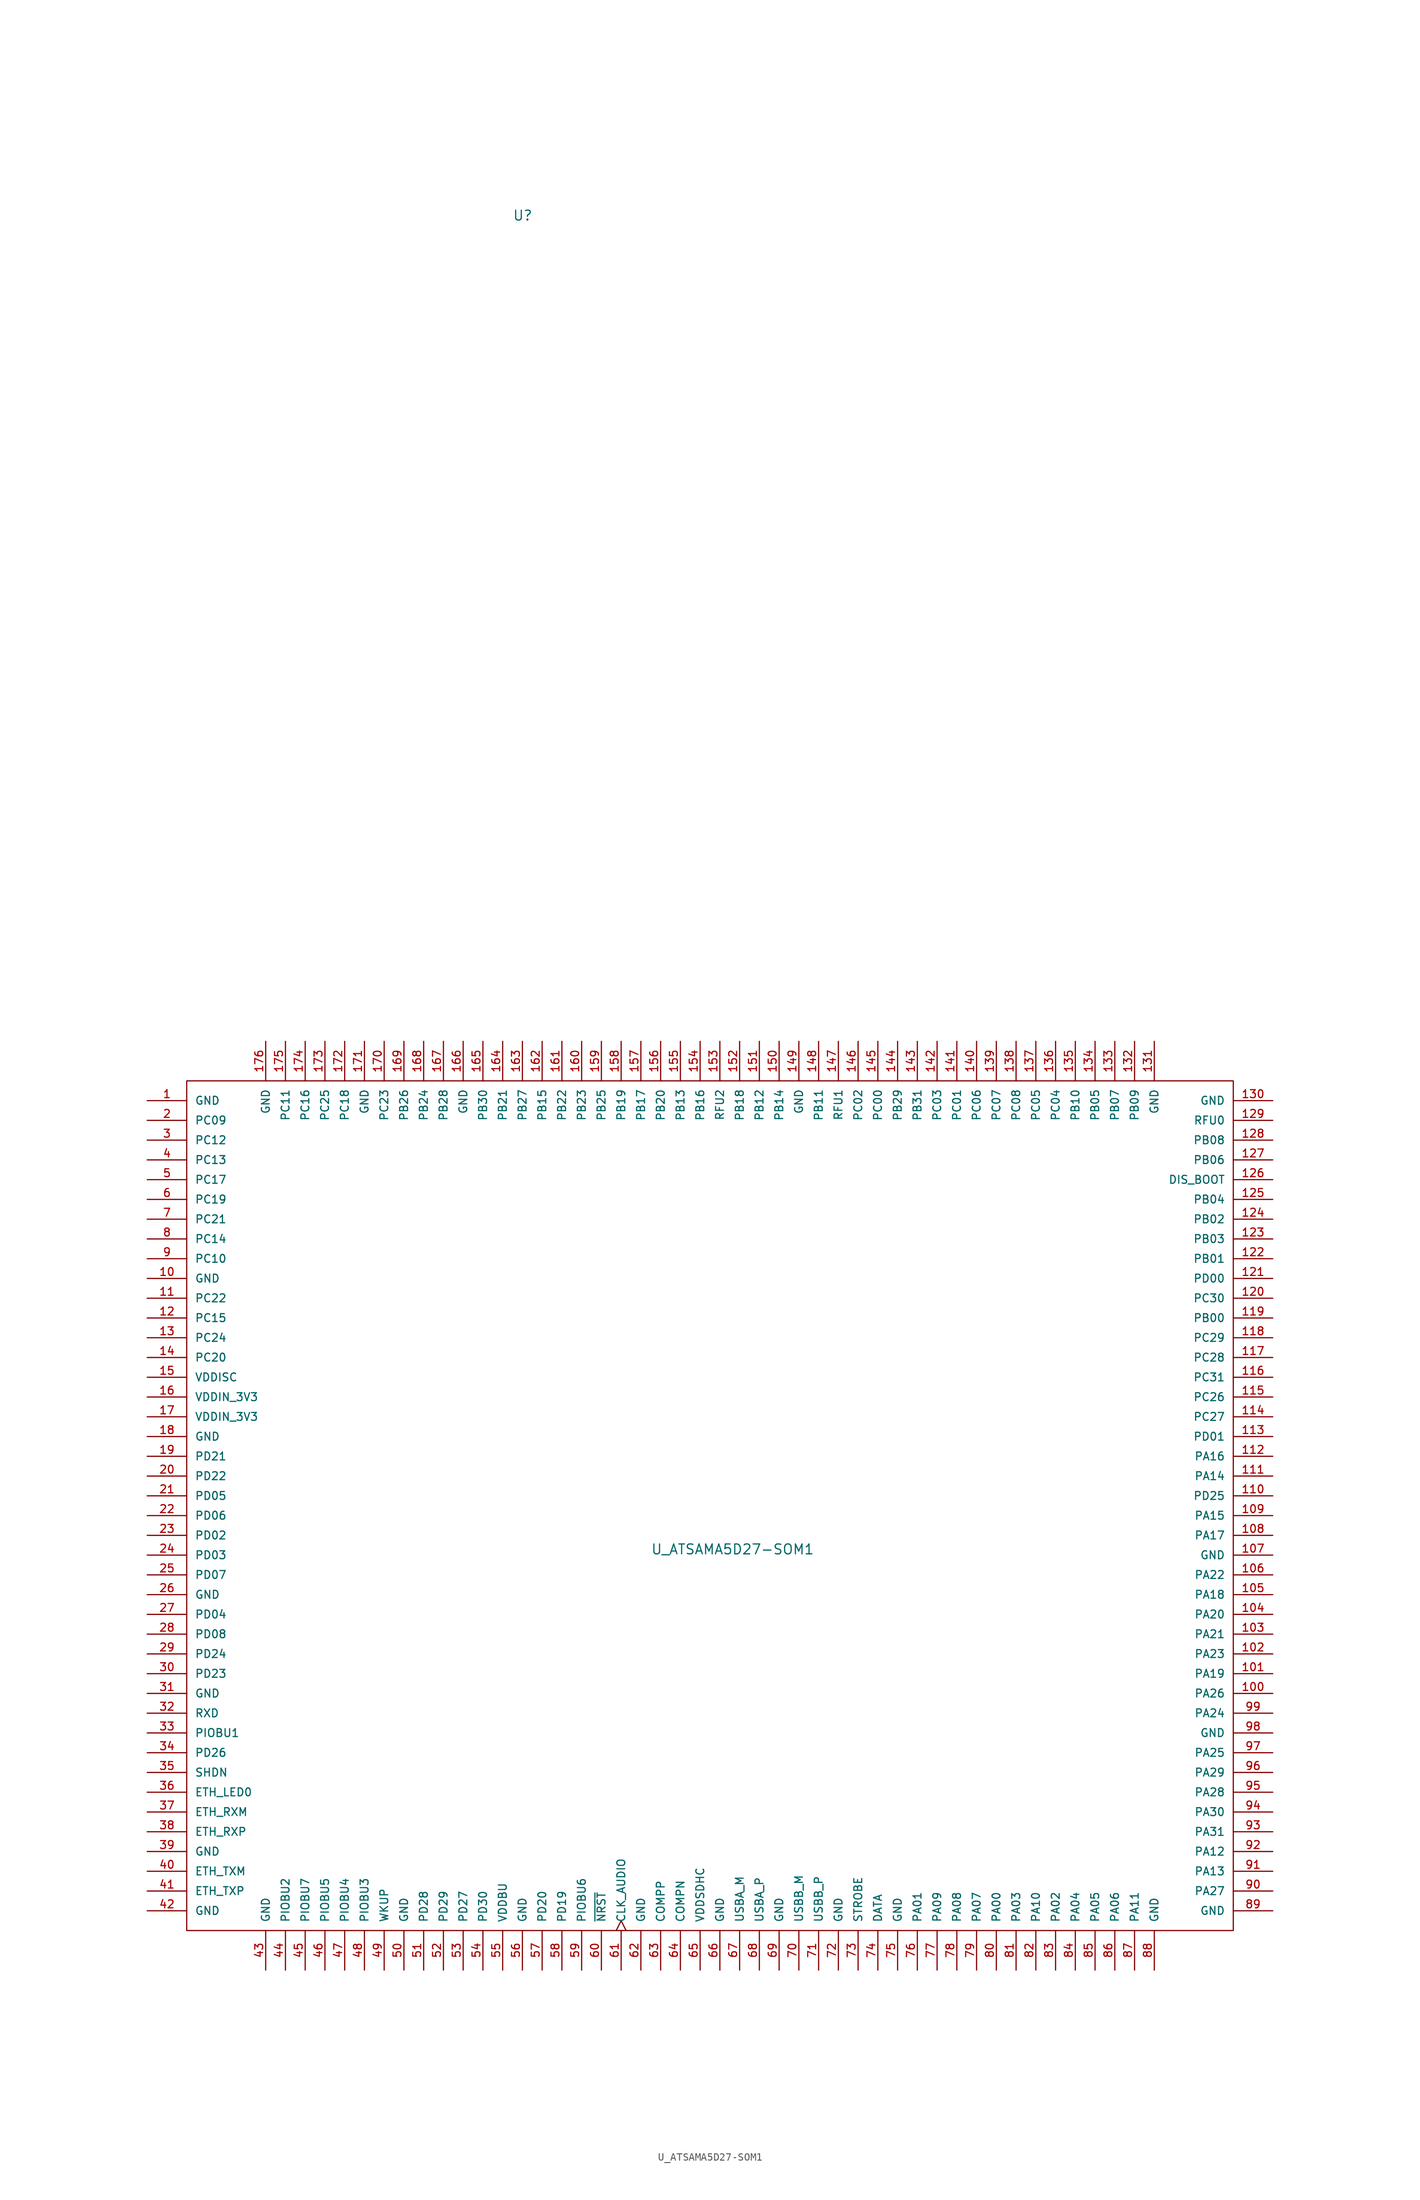
<source format=kicad_sym>
(kicad_symbol_lib
  (version 20220914)
  (generator kicad_symbol_editor)
  (symbol "U_ATSAMA5D27-SOM1"
    (pin_names
      (offset 1.016))
    (property "Reference" "U"
      (at 46.99 113.03 0)
      (effects (font (size 1.27 1.27)) (justify left bottom)))
    (property "Value" "U_ATSAMA5D27-SOM1"
      (at 64.77 -58.42 0)
      (effects (font (size 1.27 1.27)) (justify left bottom)))
    (symbol "U_ATSAMA5D27-SOM1_0_0"
      (pin power_in line (at 0 0 0) (length 5.08) (name "GND" (effects (font (size 1.016 1.016)))) (number "1" (effects (font (size 1.016 1.016)))))
      (pin power_in line (at 0 -22.86 0) (length 5.08) (name "GND" (effects (font (size 1.016 1.016)))) (number "10" (effects (font (size 1.016 1.016)))))
      (pin bidirectional line (at 144.78 -76.2 180) (length 5.08) (name "PA26" (effects (font (size 1.016 1.016)))) (number "100" (effects (font (size 1.016 1.016)))))
      (pin bidirectional line (at 144.78 -73.66 180) (length 5.08) (name "PA19" (effects (font (size 1.016 1.016)))) (number "101" (effects (font (size 1.016 1.016)))))
      (pin bidirectional line (at 144.78 -71.12 180) (length 5.08) (name "PA23" (effects (font (size 1.016 1.016)))) (number "102" (effects (font (size 1.016 1.016)))))
      (pin bidirectional line (at 144.78 -68.58 180) (length 5.08) (name "PA21" (effects (font (size 1.016 1.016)))) (number "103" (effects (font (size 1.016 1.016)))))
      (pin bidirectional line (at 144.78 -66.04 180) (length 5.08) (name "PA20" (effects (font (size 1.016 1.016)))) (number "104" (effects (font (size 1.016 1.016)))))
      (pin bidirectional line (at 144.78 -63.5 180) (length 5.08) (name "PA18" (effects (font (size 1.016 1.016)))) (number "105" (effects (font (size 1.016 1.016)))))
      (pin bidirectional line (at 144.78 -60.96 180) (length 5.08) (name "PA22" (effects (font (size 1.016 1.016)))) (number "106" (effects (font (size 1.016 1.016)))))
      (pin power_in line (at 144.78 -58.42 180) (length 5.08) (name "GND" (effects (font (size 1.016 1.016)))) (number "107" (effects (font (size 1.016 1.016)))))
      (pin bidirectional line (at 144.78 -55.88 180) (length 5.08) (name "PA17" (effects (font (size 1.016 1.016)))) (number "108" (effects (font (size 1.016 1.016)))))
      (pin bidirectional line (at 144.78 -53.34 180) (length 5.08) (name "PA15" (effects (font (size 1.016 1.016)))) (number "109" (effects (font (size 1.016 1.016)))))
      (pin bidirectional line (at 0 -25.4 0) (length 5.08) (name "PC22" (effects (font (size 1.016 1.016)))) (number "11" (effects (font (size 1.016 1.016)))))
      (pin bidirectional line (at 144.78 -50.8 180) (length 5.08) (name "PD25" (effects (font (size 1.016 1.016)))) (number "110" (effects (font (size 1.016 1.016)))))
      (pin bidirectional line (at 144.78 -48.26 180) (length 5.08) (name "PA14" (effects (font (size 1.016 1.016)))) (number "111" (effects (font (size 1.016 1.016)))))
      (pin bidirectional line (at 144.78 -45.72 180) (length 5.08) (name "PA16" (effects (font (size 1.016 1.016)))) (number "112" (effects (font (size 1.016 1.016)))))
      (pin bidirectional line (at 144.78 -43.18 180) (length 5.08) (name "PD01" (effects (font (size 1.016 1.016)))) (number "113" (effects (font (size 1.016 1.016)))))
      (pin bidirectional line (at 144.78 -40.64 180) (length 5.08) (name "PC27" (effects (font (size 1.016 1.016)))) (number "114" (effects (font (size 1.016 1.016)))))
      (pin bidirectional line (at 144.78 -38.1 180) (length 5.08) (name "PC26" (effects (font (size 1.016 1.016)))) (number "115" (effects (font (size 1.016 1.016)))))
      (pin bidirectional line (at 144.78 -35.56 180) (length 5.08) (name "PC31" (effects (font (size 1.016 1.016)))) (number "116" (effects (font (size 1.016 1.016)))))
      (pin bidirectional line (at 144.78 -33.02 180) (length 5.08) (name "PC28" (effects (font (size 1.016 1.016)))) (number "117" (effects (font (size 1.016 1.016)))))
      (pin bidirectional line (at 144.78 -30.48 180) (length 5.08) (name "PC29" (effects (font (size 1.016 1.016)))) (number "118" (effects (font (size 1.016 1.016)))))
      (pin bidirectional line (at 144.78 -27.94 180) (length 5.08) (name "PB00" (effects (font (size 1.016 1.016)))) (number "119" (effects (font (size 1.016 1.016)))))
      (pin bidirectional line (at 0 -27.94 0) (length 5.08) (name "PC15" (effects (font (size 1.016 1.016)))) (number "12" (effects (font (size 1.016 1.016)))))
      (pin bidirectional line (at 144.78 -25.4 180) (length 5.08) (name "PC30" (effects (font (size 1.016 1.016)))) (number "120" (effects (font (size 1.016 1.016)))))
      (pin bidirectional line (at 144.78 -22.86 180) (length 5.08) (name "PD00" (effects (font (size 1.016 1.016)))) (number "121" (effects (font (size 1.016 1.016)))))
      (pin bidirectional line (at 144.78 -20.32 180) (length 5.08) (name "PB01" (effects (font (size 1.016 1.016)))) (number "122" (effects (font (size 1.016 1.016)))))
      (pin bidirectional line (at 144.78 -17.78 180) (length 5.08) (name "PB03" (effects (font (size 1.016 1.016)))) (number "123" (effects (font (size 1.016 1.016)))))
      (pin bidirectional line (at 144.78 -15.24 180) (length 5.08) (name "PB02" (effects (font (size 1.016 1.016)))) (number "124" (effects (font (size 1.016 1.016)))))
      (pin bidirectional line (at 144.78 -12.7 180) (length 5.08) (name "PB04" (effects (font (size 1.016 1.016)))) (number "125" (effects (font (size 1.016 1.016)))))
      (pin input line (at 144.78 -10.16 180) (length 5.08) (name "DIS_BOOT" (effects (font (size 1.016 1.016)))) (number "126" (effects (font (size 1.016 1.016)))))
      (pin bidirectional line (at 144.78 -7.62 180) (length 5.08) (name "PB06" (effects (font (size 1.016 1.016)))) (number "127" (effects (font (size 1.016 1.016)))))
      (pin bidirectional line (at 144.78 -5.08 180) (length 5.08) (name "PB08" (effects (font (size 1.016 1.016)))) (number "128" (effects (font (size 1.016 1.016)))))
      (pin passive line (at 144.78 -2.54 180) (length 5.08) (name "RFU0" (effects (font (size 1.016 1.016)))) (number "129" (effects (font (size 1.016 1.016)))))
      (pin bidirectional line (at 0 -30.48 0) (length 5.08) (name "PC24" (effects (font (size 1.016 1.016)))) (number "13" (effects (font (size 1.016 1.016)))))
      (pin power_in line (at 144.78 0 180) (length 5.08) (name "GND" (effects (font (size 1.016 1.016)))) (number "130" (effects (font (size 1.016 1.016)))))
      (pin power_in line (at 129.54 7.62 270) (length 5.08) (name "GND" (effects (font (size 1.016 1.016)))) (number "131" (effects (font (size 1.016 1.016)))))
      (pin bidirectional line (at 127 7.62 270) (length 5.08) (name "PB09" (effects (font (size 1.016 1.016)))) (number "132" (effects (font (size 1.016 1.016)))))
      (pin bidirectional line (at 124.46 7.62 270) (length 5.08) (name "PB07" (effects (font (size 1.016 1.016)))) (number "133" (effects (font (size 1.016 1.016)))))
      (pin bidirectional line (at 121.92 7.62 270) (length 5.08) (name "PB05" (effects (font (size 1.016 1.016)))) (number "134" (effects (font (size 1.016 1.016)))))
      (pin bidirectional line (at 119.38 7.62 270) (length 5.08) (name "PB10" (effects (font (size 1.016 1.016)))) (number "135" (effects (font (size 1.016 1.016)))))
      (pin bidirectional line (at 116.84 7.62 270) (length 5.08) (name "PC04" (effects (font (size 1.016 1.016)))) (number "136" (effects (font (size 1.016 1.016)))))
      (pin bidirectional line (at 114.3 7.62 270) (length 5.08) (name "PC05" (effects (font (size 1.016 1.016)))) (number "137" (effects (font (size 1.016 1.016)))))
      (pin bidirectional line (at 111.76 7.62 270) (length 5.08) (name "PC08" (effects (font (size 1.016 1.016)))) (number "138" (effects (font (size 1.016 1.016)))))
      (pin bidirectional line (at 109.22 7.62 270) (length 5.08) (name "PC07" (effects (font (size 1.016 1.016)))) (number "139" (effects (font (size 1.016 1.016)))))
      (pin bidirectional line (at 0 -33.02 0) (length 5.08) (name "PC20" (effects (font (size 1.016 1.016)))) (number "14" (effects (font (size 1.016 1.016)))))
      (pin bidirectional line (at 106.68 7.62 270) (length 5.08) (name "PC06" (effects (font (size 1.016 1.016)))) (number "140" (effects (font (size 1.016 1.016)))))
      (pin bidirectional line (at 104.14 7.62 270) (length 5.08) (name "PC01" (effects (font (size 1.016 1.016)))) (number "141" (effects (font (size 1.016 1.016)))))
      (pin bidirectional line (at 101.6 7.62 270) (length 5.08) (name "PC03" (effects (font (size 1.016 1.016)))) (number "142" (effects (font (size 1.016 1.016)))))
      (pin bidirectional line (at 99.06 7.62 270) (length 5.08) (name "PB31" (effects (font (size 1.016 1.016)))) (number "143" (effects (font (size 1.016 1.016)))))
      (pin bidirectional line (at 96.52 7.62 270) (length 5.08) (name "PB29" (effects (font (size 1.016 1.016)))) (number "144" (effects (font (size 1.016 1.016)))))
      (pin bidirectional line (at 93.98 7.62 270) (length 5.08) (name "PC00" (effects (font (size 1.016 1.016)))) (number "145" (effects (font (size 1.016 1.016)))))
      (pin bidirectional line (at 91.44 7.62 270) (length 5.08) (name "PC02" (effects (font (size 1.016 1.016)))) (number "146" (effects (font (size 1.016 1.016)))))
      (pin passive line (at 88.9 7.62 270) (length 5.08) (name "RFU1" (effects (font (size 1.016 1.016)))) (number "147" (effects (font (size 1.016 1.016)))))
      (pin bidirectional line (at 86.36 7.62 270) (length 5.08) (name "PB11" (effects (font (size 1.016 1.016)))) (number "148" (effects (font (size 1.016 1.016)))))
      (pin power_in line (at 83.82 7.62 270) (length 5.08) (name "GND" (effects (font (size 1.016 1.016)))) (number "149" (effects (font (size 1.016 1.016)))))
      (pin power_in line (at 0 -35.56 0) (length 5.08) (name "VDDISC" (effects (font (size 1.016 1.016)))) (number "15" (effects (font (size 1.016 1.016)))))
      (pin bidirectional line (at 81.28 7.62 270) (length 5.08) (name "PB14" (effects (font (size 1.016 1.016)))) (number "150" (effects (font (size 1.016 1.016)))))
      (pin bidirectional line (at 78.74 7.62 270) (length 5.08) (name "PB12" (effects (font (size 1.016 1.016)))) (number "151" (effects (font (size 1.016 1.016)))))
      (pin bidirectional line (at 76.2 7.62 270) (length 5.08) (name "PB18" (effects (font (size 1.016 1.016)))) (number "152" (effects (font (size 1.016 1.016)))))
      (pin passive line (at 73.66 7.62 270) (length 5.08) (name "RFU2" (effects (font (size 1.016 1.016)))) (number "153" (effects (font (size 1.016 1.016)))))
      (pin bidirectional line (at 71.12 7.62 270) (length 5.08) (name "PB16" (effects (font (size 1.016 1.016)))) (number "154" (effects (font (size 1.016 1.016)))))
      (pin bidirectional line (at 68.58 7.62 270) (length 5.08) (name "PB13" (effects (font (size 1.016 1.016)))) (number "155" (effects (font (size 1.016 1.016)))))
      (pin bidirectional line (at 66.04 7.62 270) (length 5.08) (name "PB20" (effects (font (size 1.016 1.016)))) (number "156" (effects (font (size 1.016 1.016)))))
      (pin bidirectional line (at 63.5 7.62 270) (length 5.08) (name "PB17" (effects (font (size 1.016 1.016)))) (number "157" (effects (font (size 1.016 1.016)))))
      (pin bidirectional line (at 60.96 7.62 270) (length 5.08) (name "PB19" (effects (font (size 1.016 1.016)))) (number "158" (effects (font (size 1.016 1.016)))))
      (pin bidirectional line (at 58.42 7.62 270) (length 5.08) (name "PB25" (effects (font (size 1.016 1.016)))) (number "159" (effects (font (size 1.016 1.016)))))
      (pin power_in line (at 0 -38.1 0) (length 5.08) (name "VDDIN_3V3" (effects (font (size 1.016 1.016)))) (number "16" (effects (font (size 1.016 1.016)))))
      (pin bidirectional line (at 55.88 7.62 270) (length 5.08) (name "PB23" (effects (font (size 1.016 1.016)))) (number "160" (effects (font (size 1.016 1.016)))))
      (pin bidirectional line (at 53.34 7.62 270) (length 5.08) (name "PB22" (effects (font (size 1.016 1.016)))) (number "161" (effects (font (size 1.016 1.016)))))
      (pin bidirectional line (at 50.8 7.62 270) (length 5.08) (name "PB15" (effects (font (size 1.016 1.016)))) (number "162" (effects (font (size 1.016 1.016)))))
      (pin bidirectional line (at 48.26 7.62 270) (length 5.08) (name "PB27" (effects (font (size 1.016 1.016)))) (number "163" (effects (font (size 1.016 1.016)))))
      (pin bidirectional line (at 45.72 7.62 270) (length 5.08) (name "PB21" (effects (font (size 1.016 1.016)))) (number "164" (effects (font (size 1.016 1.016)))))
      (pin bidirectional line (at 43.18 7.62 270) (length 5.08) (name "PB30" (effects (font (size 1.016 1.016)))) (number "165" (effects (font (size 1.016 1.016)))))
      (pin power_in line (at 40.64 7.62 270) (length 5.08) (name "GND" (effects (font (size 1.016 1.016)))) (number "166" (effects (font (size 1.016 1.016)))))
      (pin bidirectional line (at 38.1 7.62 270) (length 5.08) (name "PB28" (effects (font (size 1.016 1.016)))) (number "167" (effects (font (size 1.016 1.016)))))
      (pin bidirectional line (at 35.56 7.62 270) (length 5.08) (name "PB24" (effects (font (size 1.016 1.016)))) (number "168" (effects (font (size 1.016 1.016)))))
      (pin bidirectional line (at 33.02 7.62 270) (length 5.08) (name "PB26" (effects (font (size 1.016 1.016)))) (number "169" (effects (font (size 1.016 1.016)))))
      (pin power_in line (at 0 -40.64 0) (length 5.08) (name "VDDIN_3V3" (effects (font (size 1.016 1.016)))) (number "17" (effects (font (size 1.016 1.016)))))
      (pin bidirectional line (at 30.48 7.62 270) (length 5.08) (name "PC23" (effects (font (size 1.016 1.016)))) (number "170" (effects (font (size 1.016 1.016)))))
      (pin power_in line (at 27.94 7.62 270) (length 5.08) (name "GND" (effects (font (size 1.016 1.016)))) (number "171" (effects (font (size 1.016 1.016)))))
      (pin bidirectional line (at 25.4 7.62 270) (length 5.08) (name "PC18" (effects (font (size 1.016 1.016)))) (number "172" (effects (font (size 1.016 1.016)))))
      (pin bidirectional line (at 22.86 7.62 270) (length 5.08) (name "PC25" (effects (font (size 1.016 1.016)))) (number "173" (effects (font (size 1.016 1.016)))))
      (pin bidirectional line (at 20.32 7.62 270) (length 5.08) (name "PC16" (effects (font (size 1.016 1.016)))) (number "174" (effects (font (size 1.016 1.016)))))
      (pin bidirectional line (at 17.78 7.62 270) (length 5.08) (name "PC11" (effects (font (size 1.016 1.016)))) (number "175" (effects (font (size 1.016 1.016)))))
      (pin power_in line (at 15.24 7.62 270) (length 5.08) (name "GND" (effects (font (size 1.016 1.016)))) (number "176" (effects (font (size 1.016 1.016)))))
      (pin power_in line (at 0 -43.18 0) (length 5.08) (name "GND" (effects (font (size 1.016 1.016)))) (number "18" (effects (font (size 1.016 1.016)))))
      (pin bidirectional line (at 0 -45.72 0) (length 5.08) (name "PD21" (effects (font (size 1.016 1.016)))) (number "19" (effects (font (size 1.016 1.016)))))
      (pin bidirectional line (at 0 -2.54 0) (length 5.08) (name "PC09" (effects (font (size 1.016 1.016)))) (number "2" (effects (font (size 1.016 1.016)))))
      (pin bidirectional line (at 0 -48.26 0) (length 5.08) (name "PD22" (effects (font (size 1.016 1.016)))) (number "20" (effects (font (size 1.016 1.016)))))
      (pin bidirectional line (at 0 -50.8 0) (length 5.08) (name "PD05" (effects (font (size 1.016 1.016)))) (number "21" (effects (font (size 1.016 1.016)))))
      (pin bidirectional line (at 0 -53.34 0) (length 5.08) (name "PD06" (effects (font (size 1.016 1.016)))) (number "22" (effects (font (size 1.016 1.016)))))
      (pin bidirectional line (at 0 -55.88 0) (length 5.08) (name "PD02" (effects (font (size 1.016 1.016)))) (number "23" (effects (font (size 1.016 1.016)))))
      (pin bidirectional line (at 0 -58.42 0) (length 5.08) (name "PD03" (effects (font (size 1.016 1.016)))) (number "24" (effects (font (size 1.016 1.016)))))
      (pin bidirectional line (at 0 -60.96 0) (length 5.08) (name "PD07" (effects (font (size 1.016 1.016)))) (number "25" (effects (font (size 1.016 1.016)))))
      (pin power_in line (at 0 -63.5 0) (length 5.08) (name "GND" (effects (font (size 1.016 1.016)))) (number "26" (effects (font (size 1.016 1.016)))))
      (pin bidirectional line (at 0 -66.04 0) (length 5.08) (name "PD04" (effects (font (size 1.016 1.016)))) (number "27" (effects (font (size 1.016 1.016)))))
      (pin bidirectional line (at 0 -68.58 0) (length 5.08) (name "PD08" (effects (font (size 1.016 1.016)))) (number "28" (effects (font (size 1.016 1.016)))))
      (pin bidirectional line (at 0 -71.12 0) (length 5.08) (name "PD24" (effects (font (size 1.016 1.016)))) (number "29" (effects (font (size 1.016 1.016)))))
      (pin bidirectional line (at 0 -5.08 0) (length 5.08) (name "PC12" (effects (font (size 1.016 1.016)))) (number "3" (effects (font (size 1.016 1.016)))))
      (pin bidirectional line (at 0 -73.66 0) (length 5.08) (name "PD23" (effects (font (size 1.016 1.016)))) (number "30" (effects (font (size 1.016 1.016)))))
      (pin power_in line (at 0 -76.2 0) (length 5.08) (name "GND" (effects (font (size 1.016 1.016)))) (number "31" (effects (font (size 1.016 1.016)))))
      (pin input line (at 0 -78.74 0) (length 5.08) (name "RXD" (effects (font (size 1.016 1.016)))) (number "32" (effects (font (size 1.016 1.016)))))
      (pin input line (at 0 -81.28 0) (length 5.08) (name "PIOBU1" (effects (font (size 1.016 1.016)))) (number "33" (effects (font (size 1.016 1.016)))))
      (pin bidirectional line (at 0 -83.82 0) (length 5.08) (name "PD26" (effects (font (size 1.016 1.016)))) (number "34" (effects (font (size 1.016 1.016)))))
      (pin output line (at 0 -86.36 0) (length 5.08) (name "SHDN" (effects (font (size 1.016 1.016)))) (number "35" (effects (font (size 1.016 1.016)))))
      (pin output line (at 0 -88.9 0) (length 5.08) (name "ETH_LED0" (effects (font (size 1.016 1.016)))) (number "36" (effects (font (size 1.016 1.016)))))
      (pin bidirectional line (at 0 -91.44 0) (length 5.08) (name "ETH_RXM" (effects (font (size 1.016 1.016)))) (number "37" (effects (font (size 1.016 1.016)))))
      (pin bidirectional line (at 0 -93.98 0) (length 5.08) (name "ETH_RXP" (effects (font (size 1.016 1.016)))) (number "38" (effects (font (size 1.016 1.016)))))
      (pin power_in line (at 0 -96.52 0) (length 5.08) (name "GND" (effects (font (size 1.016 1.016)))) (number "39" (effects (font (size 1.016 1.016)))))
      (pin bidirectional line (at 0 -7.62 0) (length 5.08) (name "PC13" (effects (font (size 1.016 1.016)))) (number "4" (effects (font (size 1.016 1.016)))))
      (pin bidirectional line (at 0 -99.06 0) (length 5.08) (name "ETH_TXM" (effects (font (size 1.016 1.016)))) (number "40" (effects (font (size 1.016 1.016)))))
      (pin bidirectional line (at 0 -101.6 0) (length 5.08) (name "ETH_TXP" (effects (font (size 1.016 1.016)))) (number "41" (effects (font (size 1.016 1.016)))))
      (pin power_in line (at 0 -104.14 0) (length 5.08) (name "GND" (effects (font (size 1.016 1.016)))) (number "42" (effects (font (size 1.016 1.016)))))
      (pin power_in line (at 15.24 -111.76 90) (length 5.08) (name "GND" (effects (font (size 1.016 1.016)))) (number "43" (effects (font (size 1.016 1.016)))))
      (pin input line (at 17.78 -111.76 90) (length 5.08) (name "PIOBU2" (effects (font (size 1.016 1.016)))) (number "44" (effects (font (size 1.016 1.016)))))
      (pin input line (at 20.32 -111.76 90) (length 5.08) (name "PIOBU7" (effects (font (size 1.016 1.016)))) (number "45" (effects (font (size 1.016 1.016)))))
      (pin input line (at 22.86 -111.76 90) (length 5.08) (name "PIOBU5" (effects (font (size 1.016 1.016)))) (number "46" (effects (font (size 1.016 1.016)))))
      (pin input line (at 25.4 -111.76 90) (length 5.08) (name "PIOBU4" (effects (font (size 1.016 1.016)))) (number "47" (effects (font (size 1.016 1.016)))))
      (pin input line (at 27.94 -111.76 90) (length 5.08) (name "PIOBU3" (effects (font (size 1.016 1.016)))) (number "48" (effects (font (size 1.016 1.016)))))
      (pin input line (at 30.48 -111.76 90) (length 5.08) (name "WKUP" (effects (font (size 1.016 1.016)))) (number "49" (effects (font (size 1.016 1.016)))))
      (pin bidirectional line (at 0 -10.16 0) (length 5.08) (name "PC17" (effects (font (size 1.016 1.016)))) (number "5" (effects (font (size 1.016 1.016)))))
      (pin power_in line (at 33.02 -111.76 90) (length 5.08) (name "GND" (effects (font (size 1.016 1.016)))) (number "50" (effects (font (size 1.016 1.016)))))
      (pin bidirectional line (at 35.56 -111.76 90) (length 5.08) (name "PD28" (effects (font (size 1.016 1.016)))) (number "51" (effects (font (size 1.016 1.016)))))
      (pin bidirectional line (at 38.1 -111.76 90) (length 5.08) (name "PD29" (effects (font (size 1.016 1.016)))) (number "52" (effects (font (size 1.016 1.016)))))
      (pin bidirectional line (at 40.64 -111.76 90) (length 5.08) (name "PD27" (effects (font (size 1.016 1.016)))) (number "53" (effects (font (size 1.016 1.016)))))
      (pin bidirectional line (at 43.18 -111.76 90) (length 5.08) (name "PD30" (effects (font (size 1.016 1.016)))) (number "54" (effects (font (size 1.016 1.016)))))
      (pin power_in line (at 45.72 -111.76 90) (length 5.08) (name "VDDBU" (effects (font (size 1.016 1.016)))) (number "55" (effects (font (size 1.016 1.016)))))
      (pin power_in line (at 48.26 -111.76 90) (length 5.08) (name "GND" (effects (font (size 1.016 1.016)))) (number "56" (effects (font (size 1.016 1.016)))))
      (pin bidirectional line (at 50.8 -111.76 90) (length 5.08) (name "PD20" (effects (font (size 1.016 1.016)))) (number "57" (effects (font (size 1.016 1.016)))))
      (pin bidirectional line (at 53.34 -111.76 90) (length 5.08) (name "PD19" (effects (font (size 1.016 1.016)))) (number "58" (effects (font (size 1.016 1.016)))))
      (pin input line (at 55.88 -111.76 90) (length 5.08) (name "PIOBU6" (effects (font (size 1.016 1.016)))) (number "59" (effects (font (size 1.016 1.016)))))
      (pin bidirectional line (at 0 -12.7 0) (length 5.08) (name "PC19" (effects (font (size 1.016 1.016)))) (number "6" (effects (font (size 1.016 1.016)))))
      (pin input line (at 58.42 -111.76 90) (length 5.08) (name "~{NRST}" (effects (font (size 1.016 1.016)))) (number "60" (effects (font (size 1.016 1.016)))))
      (pin output clock (at 60.96 -111.76 90) (length 5.08) (name "CLK_AUDIO" (effects (font (size 1.016 1.016)))) (number "61" (effects (font (size 1.016 1.016)))))
      (pin power_in line (at 63.5 -111.76 90) (length 5.08) (name "GND" (effects (font (size 1.016 1.016)))) (number "62" (effects (font (size 1.016 1.016)))))
      (pin input line (at 66.04 -111.76 90) (length 5.08) (name "COMPP" (effects (font (size 1.016 1.016)))) (number "63" (effects (font (size 1.016 1.016)))))
      (pin input line (at 68.58 -111.76 90) (length 5.08) (name "COMPN" (effects (font (size 1.016 1.016)))) (number "64" (effects (font (size 1.016 1.016)))))
      (pin power_in line (at 71.12 -111.76 90) (length 5.08) (name "VDDSDHC" (effects (font (size 1.016 1.016)))) (number "65" (effects (font (size 1.016 1.016)))))
      (pin power_in line (at 73.66 -111.76 90) (length 5.08) (name "GND" (effects (font (size 1.016 1.016)))) (number "66" (effects (font (size 1.016 1.016)))))
      (pin bidirectional line (at 76.2 -111.76 90) (length 5.08) (name "USBA_M" (effects (font (size 1.016 1.016)))) (number "67" (effects (font (size 1.016 1.016)))))
      (pin bidirectional line (at 78.74 -111.76 90) (length 5.08) (name "USBA_P" (effects (font (size 1.016 1.016)))) (number "68" (effects (font (size 1.016 1.016)))))
      (pin power_in line (at 81.28 -111.76 90) (length 5.08) (name "GND" (effects (font (size 1.016 1.016)))) (number "69" (effects (font (size 1.016 1.016)))))
      (pin bidirectional line (at 0 -15.24 0) (length 5.08) (name "PC21" (effects (font (size 1.016 1.016)))) (number "7" (effects (font (size 1.016 1.016)))))
      (pin bidirectional line (at 83.82 -111.76 90) (length 5.08) (name "USBB_M" (effects (font (size 1.016 1.016)))) (number "70" (effects (font (size 1.016 1.016)))))
      (pin bidirectional line (at 86.36 -111.76 90) (length 5.08) (name "USBB_P" (effects (font (size 1.016 1.016)))) (number "71" (effects (font (size 1.016 1.016)))))
      (pin power_in line (at 88.9 -111.76 90) (length 5.08) (name "GND" (effects (font (size 1.016 1.016)))) (number "72" (effects (font (size 1.016 1.016)))))
      (pin bidirectional line (at 91.44 -111.76 90) (length 5.08) (name "STROBE" (effects (font (size 1.016 1.016)))) (number "73" (effects (font (size 1.016 1.016)))))
      (pin bidirectional line (at 93.98 -111.76 90) (length 5.08) (name "DATA" (effects (font (size 1.016 1.016)))) (number "74" (effects (font (size 1.016 1.016)))))
      (pin power_in line (at 96.52 -111.76 90) (length 5.08) (name "GND" (effects (font (size 1.016 1.016)))) (number "75" (effects (font (size 1.016 1.016)))))
      (pin bidirectional line (at 99.06 -111.76 90) (length 5.08) (name "PA01" (effects (font (size 1.016 1.016)))) (number "76" (effects (font (size 1.016 1.016)))))
      (pin bidirectional line (at 101.6 -111.76 90) (length 5.08) (name "PA09" (effects (font (size 1.016 1.016)))) (number "77" (effects (font (size 1.016 1.016)))))
      (pin bidirectional line (at 104.14 -111.76 90) (length 5.08) (name "PA08" (effects (font (size 1.016 1.016)))) (number "78" (effects (font (size 1.016 1.016)))))
      (pin bidirectional line (at 106.68 -111.76 90) (length 5.08) (name "PA07" (effects (font (size 1.016 1.016)))) (number "79" (effects (font (size 1.016 1.016)))))
      (pin bidirectional line (at 0 -17.78 0) (length 5.08) (name "PC14" (effects (font (size 1.016 1.016)))) (number "8" (effects (font (size 1.016 1.016)))))
      (pin bidirectional line (at 109.22 -111.76 90) (length 5.08) (name "PA00" (effects (font (size 1.016 1.016)))) (number "80" (effects (font (size 1.016 1.016)))))
      (pin bidirectional line (at 111.76 -111.76 90) (length 5.08) (name "PA03" (effects (font (size 1.016 1.016)))) (number "81" (effects (font (size 1.016 1.016)))))
      (pin bidirectional line (at 114.3 -111.76 90) (length 5.08) (name "PA10" (effects (font (size 1.016 1.016)))) (number "82" (effects (font (size 1.016 1.016)))))
      (pin bidirectional line (at 116.84 -111.76 90) (length 5.08) (name "PA02" (effects (font (size 1.016 1.016)))) (number "83" (effects (font (size 1.016 1.016)))))
      (pin bidirectional line (at 119.38 -111.76 90) (length 5.08) (name "PA04" (effects (font (size 1.016 1.016)))) (number "84" (effects (font (size 1.016 1.016)))))
      (pin bidirectional line (at 121.92 -111.76 90) (length 5.08) (name "PA05" (effects (font (size 1.016 1.016)))) (number "85" (effects (font (size 1.016 1.016)))))
      (pin bidirectional line (at 124.46 -111.76 90) (length 5.08) (name "PA06" (effects (font (size 1.016 1.016)))) (number "86" (effects (font (size 1.016 1.016)))))
      (pin bidirectional line (at 127 -111.76 90) (length 5.08) (name "PA11" (effects (font (size 1.016 1.016)))) (number "87" (effects (font (size 1.016 1.016)))))
      (pin power_in line (at 129.54 -111.76 90) (length 5.08) (name "GND" (effects (font (size 1.016 1.016)))) (number "88" (effects (font (size 1.016 1.016)))))
      (pin power_in line (at 144.78 -104.14 180) (length 5.08) (name "GND" (effects (font (size 1.016 1.016)))) (number "89" (effects (font (size 1.016 1.016)))))
      (pin bidirectional line (at 0 -20.32 0) (length 5.08) (name "PC10" (effects (font (size 1.016 1.016)))) (number "9" (effects (font (size 1.016 1.016)))))
      (pin bidirectional line (at 144.78 -101.6 180) (length 5.08) (name "PA27" (effects (font (size 1.016 1.016)))) (number "90" (effects (font (size 1.016 1.016)))))
      (pin bidirectional line (at 144.78 -99.06 180) (length 5.08) (name "PA13" (effects (font (size 1.016 1.016)))) (number "91" (effects (font (size 1.016 1.016)))))
      (pin bidirectional line (at 144.78 -96.52 180) (length 5.08) (name "PA12" (effects (font (size 1.016 1.016)))) (number "92" (effects (font (size 1.016 1.016)))))
      (pin bidirectional line (at 144.78 -93.98 180) (length 5.08) (name "PA31" (effects (font (size 1.016 1.016)))) (number "93" (effects (font (size 1.016 1.016)))))
      (pin bidirectional line (at 144.78 -91.44 180) (length 5.08) (name "PA30" (effects (font (size 1.016 1.016)))) (number "94" (effects (font (size 1.016 1.016)))))
      (pin bidirectional line (at 144.78 -88.9 180) (length 5.08) (name "PA28" (effects (font (size 1.016 1.016)))) (number "95" (effects (font (size 1.016 1.016)))))
      (pin bidirectional line (at 144.78 -86.36 180) (length 5.08) (name "PA29" (effects (font (size 1.016 1.016)))) (number "96" (effects (font (size 1.016 1.016)))))
      (pin bidirectional line (at 144.78 -83.82 180) (length 5.08) (name "PA25" (effects (font (size 1.016 1.016)))) (number "97" (effects (font (size 1.016 1.016)))))
      (pin power_in line (at 144.78 -81.28 180) (length 5.08) (name "GND" (effects (font (size 1.016 1.016)))) (number "98" (effects (font (size 1.016 1.016)))))
      (pin bidirectional line (at 144.78 -78.74 180) (length 5.08) (name "PA24" (effects (font (size 1.016 1.016)))) (number "99" (effects (font (size 1.016 1.016))))))
    (symbol "U_ATSAMA5D27-SOM1_0_1"
      (rectangle (start 5.08 2.54) (end 139.7 -106.68) (stroke (width 0) (type solid)) (fill (type none))))))
</source>
